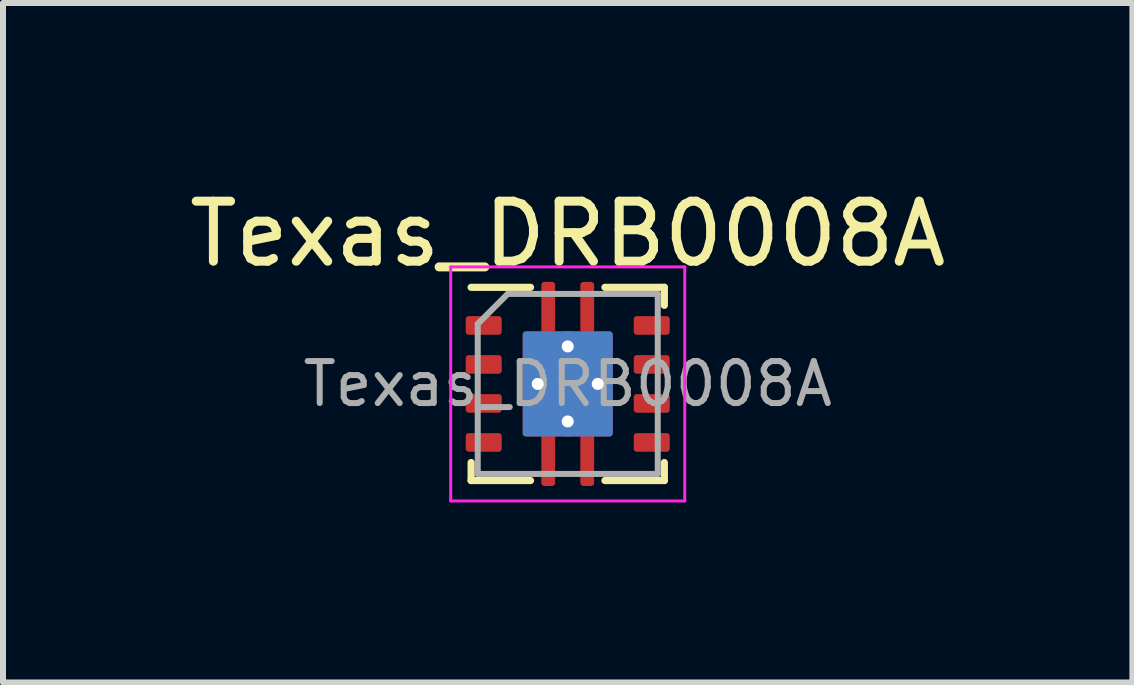
<source format=kicad_pcb>
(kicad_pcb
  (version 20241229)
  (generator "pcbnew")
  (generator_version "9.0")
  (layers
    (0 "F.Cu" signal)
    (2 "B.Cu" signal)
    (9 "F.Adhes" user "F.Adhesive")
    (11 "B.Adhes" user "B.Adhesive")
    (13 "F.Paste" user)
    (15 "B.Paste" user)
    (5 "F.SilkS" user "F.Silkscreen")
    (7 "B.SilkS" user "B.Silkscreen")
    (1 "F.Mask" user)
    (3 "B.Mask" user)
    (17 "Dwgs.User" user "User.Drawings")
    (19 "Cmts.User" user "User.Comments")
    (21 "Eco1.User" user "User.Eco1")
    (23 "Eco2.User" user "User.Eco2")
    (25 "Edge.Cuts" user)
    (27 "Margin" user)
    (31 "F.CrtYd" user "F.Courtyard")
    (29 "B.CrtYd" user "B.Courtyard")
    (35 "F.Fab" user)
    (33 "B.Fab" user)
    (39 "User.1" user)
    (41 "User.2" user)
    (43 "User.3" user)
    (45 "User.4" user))
  (footprint "Texas_DRB0008A"
    (layer "F.Cu")
    (at 6.411 3.348)
    (property "Reference" "Texas_DRB0008A" (at 0 -2.5 0) (layer "F.SilkS") (effects (font (size 1 1) (thickness 0.15))))
    (attr smd)
    (fp_line (start -1.61 -1.61) (end -0.62 -1.61) (stroke (width 0.12) (type solid)) (layer "F.SilkS"))
    (fp_line (start -1.61 1.61) (end -1.61 1.31) (stroke (width 0.12) (type solid)) (layer "F.SilkS"))
    (fp_line (start -1.61 1.61) (end -0.62 1.61) (stroke (width 0.12) (type solid)) (layer "F.SilkS"))
    (fp_line (start 0.62 -1.61) (end 1.61 -1.61) (stroke (width 0.12) (type solid)) (layer "F.SilkS"))
    (fp_line (start 0.62 1.61) (end 1.61 1.61) (stroke (width 0.12) (type solid)) (layer "F.SilkS"))
    (fp_line (start 1.61 -1.61) (end 1.61 -1.31) (stroke (width 0.12) (type solid)) (layer "F.SilkS"))
    (fp_line (start 1.61 1.61) (end 1.61 1.31) (stroke (width 0.12) (type solid)) (layer "F.SilkS"))
    (fp_line (start -1.95 -1.95) (end -1.95 1.95) (stroke (width 0.05) (type solid)) (layer "F.CrtYd"))
    (fp_line (start -1.95 -1.95) (end 1.95 -1.95) (stroke (width 0.05) (type solid)) (layer "F.CrtYd"))
    (fp_line (start -1.95 1.95) (end 1.95 1.95) (stroke (width 0.05) (type solid)) (layer "F.CrtYd"))
    (fp_line (start 1.95 -1.95) (end 1.95 1.95) (stroke (width 0.05) (type solid)) (layer "F.CrtYd"))
    (fp_line (start -1.5 -1) (end -1.5 1.5) (stroke (width 0.1) (type solid)) (layer "F.Fab"))
    (fp_line (start -1.5 -1) (end -1 -1.5) (stroke (width 0.1) (type solid)) (layer "F.Fab"))
    (fp_line (start -1.5 1.5) (end 1.5 1.5) (stroke (width 0.1) (type solid)) (layer "F.Fab"))
    (fp_line (start -1 -1.5) (end 1.5 -1.5) (stroke (width 0.1) (type solid)) (layer "F.Fab"))
    (fp_line (start 1.5 -1.5) (end 1.5 1.5) (stroke (width 0.1) (type solid)) (layer "F.Fab"))
    (fp_text user "${REFERENCE}" (at 0 0 0) (layer "F.Fab") (effects (font (size 0.7 0.7) (thickness 0.1))))
    (pad "" smd roundrect (at -0.325 -1.337) (size 0.23 0.725) (layers "F.Paste") (roundrect_rratio 0.22))
    (pad "" smd roundrect (at -0.325 1.337) (size 0.23 0.725) (layers "F.Paste") (roundrect_rratio 0.22))
    (pad "" smd roundrect (at 0 0) (size 1.34 1.55) (layers "F.Paste") (roundrect_rratio 0.038))
    (pad "" smd roundrect (at 0.325 -1.337) (size 0.23 0.725) (layers "F.Paste") (roundrect_rratio 0.22))
    (pad "" smd roundrect (at 0.325 1.337) (size 0.23 0.725) (layers "F.Paste") (roundrect_rratio 0.22))
    (pad "1" smd roundrect (at -1.4 -0.975) (size 0.6 0.31) (layers "F.Cu" "F.Mask" "F.Paste") (roundrect_rratio 0.16))
    (pad "2" smd roundrect (at -1.4 -0.325) (size 0.6 0.31) (layers "F.Cu" "F.Mask" "F.Paste") (roundrect_rratio 0.16))
    (pad "3" smd roundrect (at -1.4 0.325) (size 0.6 0.31) (layers "F.Cu" "F.Mask" "F.Paste") (roundrect_rratio 0.16))
    (pad "4" smd roundrect (at -1.4 0.975) (size 0.6 0.31) (layers "F.Cu" "F.Mask" "F.Paste") (roundrect_rratio 0.16))
    (pad "5" smd roundrect (at 1.4 0.975) (size 0.6 0.31) (layers "F.Cu" "F.Mask" "F.Paste") (roundrect_rratio 0.16))
    (pad "6" smd roundrect (at 1.4 0.325) (size 0.6 0.31) (layers "F.Cu" "F.Mask" "F.Paste") (roundrect_rratio 0.16))
    (pad "7" smd roundrect (at 1.4 -0.325) (size 0.6 0.31) (layers "F.Cu" "F.Mask" "F.Paste") (roundrect_rratio 0.16))
    (pad "8" smd roundrect (at 1.4 -0.975) (size 0.6 0.31) (layers "F.Cu" "F.Mask" "F.Paste") (roundrect_rratio 0.16))
    (pad "9" thru_hole circle (at -0.5 0) (size 0.5 0.5) (drill 0.2) (layers "*.Cu"))
    (pad "9" smd roundrect (at -0.325 -1.188) (size 0.23 1.025) (layers "F.Cu" "F.Mask") (roundrect_rratio 0.22))
    (pad "9" smd roundrect (at -0.325 1.188) (size 0.23 1.025) (layers "F.Cu" "F.Mask") (roundrect_rratio 0.22))
    (pad "9" thru_hole circle (at 0 -0.625) (size 0.5 0.5) (drill 0.2) (layers "*.Cu"))
    (pad "9" smd roundrect (at 0 0) (size 1.5 1.75) (layers "F.Cu" "F.Mask") (roundrect_rratio 0.034))
    (pad "9" smd roundrect (at 0 0) (size 1.5 1.75) (layers "B.Cu") (roundrect_rratio 0.034))
    (pad "9" thru_hole circle (at 0 0.625) (size 0.5 0.5) (drill 0.2) (layers "*.Cu"))
    (pad "9" smd roundrect (at 0.325 -1.188) (size 0.23 1.025) (layers "F.Cu" "F.Mask") (roundrect_rratio 0.22))
    (pad "9" smd roundrect (at 0.325 1.188) (size 0.23 1.025) (layers "F.Cu" "F.Mask") (roundrect_rratio 0.22))
    (pad "9" thru_hole circle (at 0.5 0) (size 0.5 0.5) (drill 0.2) (layers "*.Cu")))
  (gr_rect
    (start -3 -3)
    (end 15.821 8.323)
    (stroke (width 0.1) (type default))
    (fill no)
    (layer "Edge.Cuts")))
</source>
